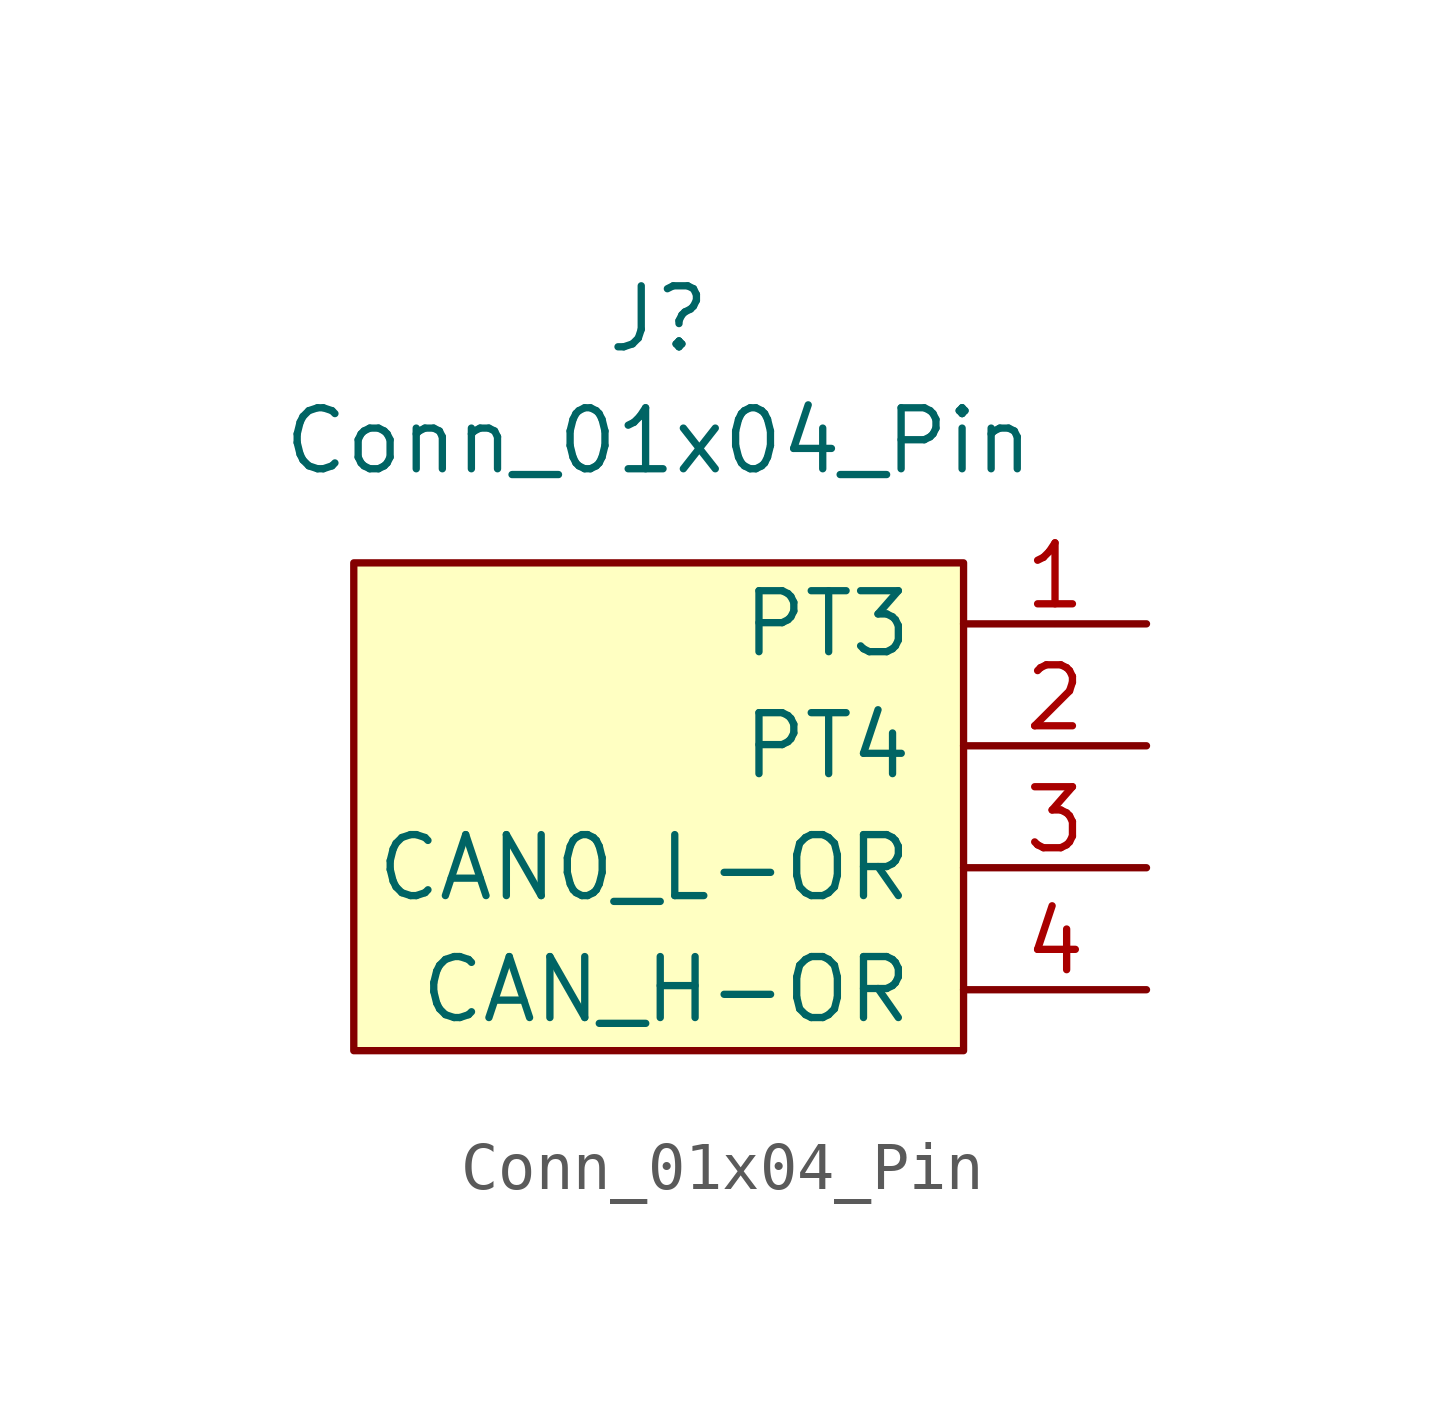
<source format=kicad_sym>
(kicad_symbol_lib
  (version 20241209)
  (generator "kicad_symbol_editor")
  (generator_version "9.0")
  (symbol "Conn_01x04_Pin"
    (pin_names
      (offset 1.016))
    (property "Reference" "J"
      (at -6.35 8.89 0)
      (effects (font (size 1.27 1.27))))
    (property "Value" "Conn_01x04_Pin"
      (at -6.35 6.35 0)
      (effects (font (size 1.27 1.27))))
    (symbol "Conn_01x04_Pin_1_1"
      (rectangle (start -12.7 3.81) (end 0 -6.35) (stroke (width 0) (type solid)) (fill (type background)))
      (pin input line (at 3.81 2.54 180) (length 3.81) (name "PT3" (effects (font (size 1.27 1.27)))) (number "1" (effects (font (size 1.27 1.27)))))
      (pin input line (at 3.81 0 180) (length 3.81) (name "PT4" (effects (font (size 1.27 1.27)))) (number "2" (effects (font (size 1.27 1.27)))))
      (pin bidirectional line (at 3.81 -2.54 180) (length 3.81) (name "CAN0_L-OR" (effects (font (size 1.27 1.27)))) (number "3" (effects (font (size 1.27 1.27)))))
      (pin bidirectional line (at 3.81 -5.08 180) (length 3.81) (name "CAN_H-OR" (effects (font (size 1.27 1.27)))) (number "4" (effects (font (size 1.27 1.27))))))))
</source>
